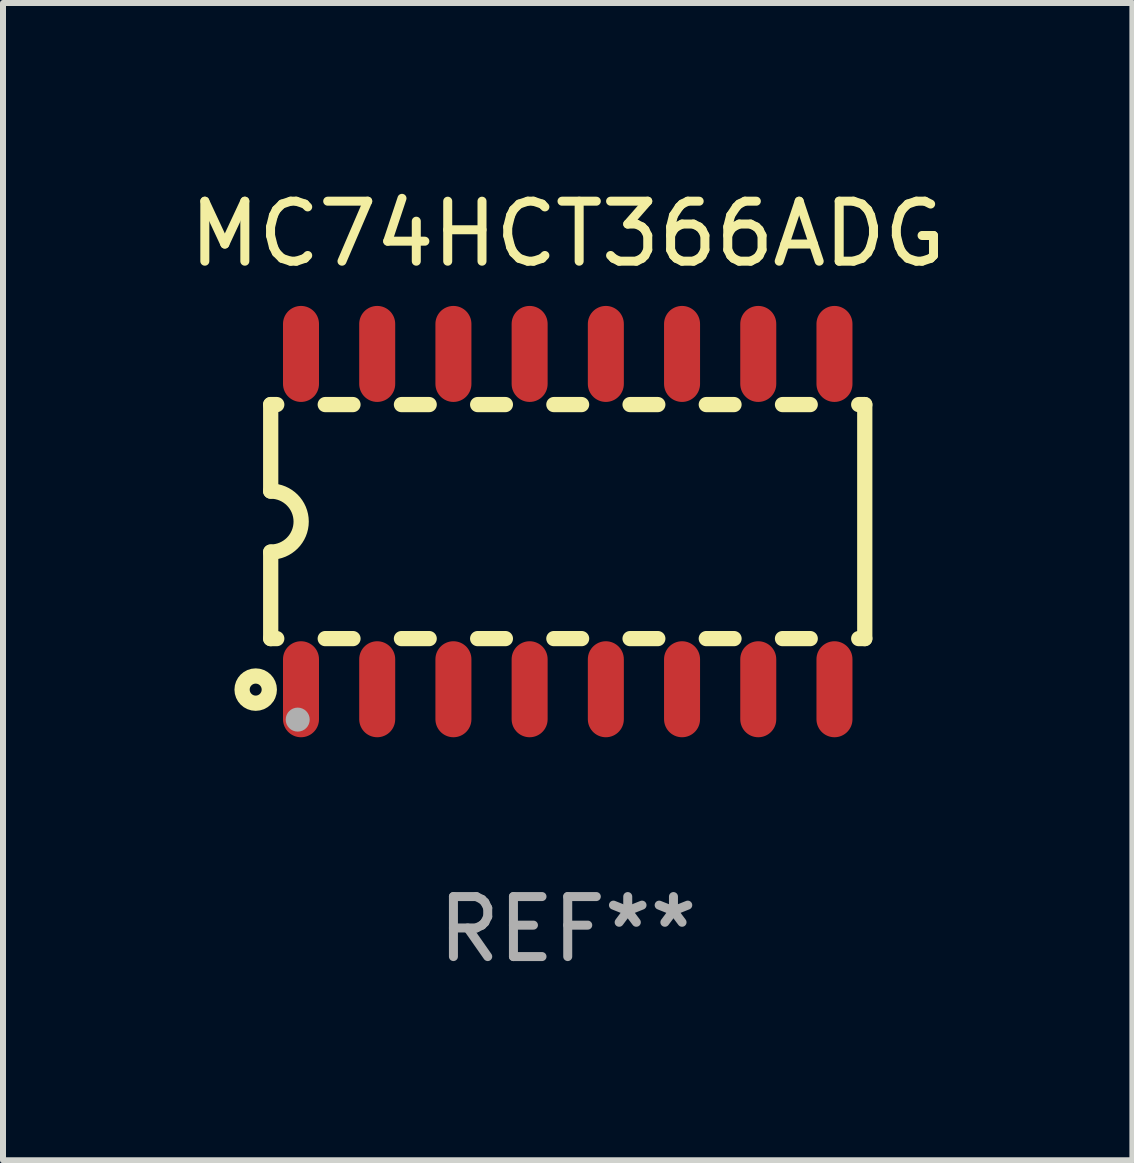
<source format=kicad_pcb>
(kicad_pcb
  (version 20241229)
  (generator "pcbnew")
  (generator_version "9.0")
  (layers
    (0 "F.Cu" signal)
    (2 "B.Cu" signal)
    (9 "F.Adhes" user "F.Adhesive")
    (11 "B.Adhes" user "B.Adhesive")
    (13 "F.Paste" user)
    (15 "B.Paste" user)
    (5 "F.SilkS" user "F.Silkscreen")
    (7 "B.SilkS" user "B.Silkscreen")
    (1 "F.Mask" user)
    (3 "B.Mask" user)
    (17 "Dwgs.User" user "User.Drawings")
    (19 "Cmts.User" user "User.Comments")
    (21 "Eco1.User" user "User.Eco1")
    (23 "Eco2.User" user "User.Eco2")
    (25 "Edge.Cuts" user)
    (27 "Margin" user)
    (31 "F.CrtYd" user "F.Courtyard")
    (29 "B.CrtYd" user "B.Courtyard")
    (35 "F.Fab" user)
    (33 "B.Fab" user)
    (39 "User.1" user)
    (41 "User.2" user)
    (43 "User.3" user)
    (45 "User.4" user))
  (footprint "MC74HCT366ADG"
    (layer "F.Cu")
    (at 6.411 5.642)
    (property "Reference" "MC74HCT366ADG" (at 0 -4.794 0) (layer "F.SilkS") (effects (font (size 1 1) (thickness 0.15))))
    (attr through_hole)
    (fp_line (start -4.95 -1.95) (end -4.95 -0.508) (stroke (width 0.254) (type solid)) (layer "F.SilkS"))
    (fp_line (start -4.95 -1.95) (end -4.849 -1.95) (stroke (width 0.254) (type solid)) (layer "F.SilkS"))
    (fp_line (start -4.95 1.95) (end -4.95 0.508) (stroke (width 0.254) (type solid)) (layer "F.SilkS"))
    (fp_line (start -4.95 1.95) (end -4.849 1.95) (stroke (width 0.254) (type solid)) (layer "F.SilkS"))
    (fp_line (start -4.041 -1.95) (end -3.579 -1.95) (stroke (width 0.254) (type solid)) (layer "F.SilkS"))
    (fp_line (start -4.041 1.95) (end -3.579 1.95) (stroke (width 0.254) (type solid)) (layer "F.SilkS"))
    (fp_line (start -2.771 -1.95) (end -2.309 -1.95) (stroke (width 0.254) (type solid)) (layer "F.SilkS"))
    (fp_line (start -2.771 1.95) (end -2.309 1.95) (stroke (width 0.254) (type solid)) (layer "F.SilkS"))
    (fp_line (start -1.501 -1.95) (end -1.039 -1.95) (stroke (width 0.254) (type solid)) (layer "F.SilkS"))
    (fp_line (start -1.501 1.95) (end -1.039 1.95) (stroke (width 0.254) (type solid)) (layer "F.SilkS"))
    (fp_line (start -0.231 -1.95) (end 0.231 -1.95) (stroke (width 0.254) (type solid)) (layer "F.SilkS"))
    (fp_line (start -0.231 1.95) (end 0.231 1.95) (stroke (width 0.254) (type solid)) (layer "F.SilkS"))
    (fp_line (start 1.039 -1.95) (end 1.501 -1.95) (stroke (width 0.254) (type solid)) (layer "F.SilkS"))
    (fp_line (start 1.039 1.95) (end 1.501 1.95) (stroke (width 0.254) (type solid)) (layer "F.SilkS"))
    (fp_line (start 2.309 -1.95) (end 2.771 -1.95) (stroke (width 0.254) (type solid)) (layer "F.SilkS"))
    (fp_line (start 2.309 1.95) (end 2.771 1.95) (stroke (width 0.254) (type solid)) (layer "F.SilkS"))
    (fp_line (start 3.579 -1.95) (end 4.041 -1.95) (stroke (width 0.254) (type solid)) (layer "F.SilkS"))
    (fp_line (start 3.579 1.95) (end 4.041 1.95) (stroke (width 0.254) (type solid)) (layer "F.SilkS"))
    (fp_line (start 4.849 -1.95) (end 4.95 -1.95) (stroke (width 0.254) (type solid)) (layer "F.SilkS"))
    (fp_line (start 4.849 1.95) (end 4.95 1.95) (stroke (width 0.254) (type solid)) (layer "F.SilkS"))
    (fp_line (start 4.95 -1.95) (end 4.95 1.95) (stroke (width 0.254) (type solid)) (layer "F.SilkS"))
    (fp_arc (start -4.95047 -0.508001) (mid -4.442469 -0.000228) (end -4.950013 0.508001) (stroke (width 0.254001) (type solid)) (layer "F.SilkS"))
    (fp_circle (center -5.2 2.8) (end -5.1 2.8) (stroke (width 0.254) (type solid)) (fill no) (layer "F.SilkS"))
    (fp_circle (center -4.95 2.947) (end -4.92 2.947) (stroke (width 0.06) (type solid)) (fill no) (layer "F.SilkS"))
    (fp_circle (center -4.5 3.3) (end -4.4 3.3) (stroke (width 0.2) (type solid)) (fill no) (layer "F.Fab"))
    (fp_text user "REF**" (at 0 6.794 0) (layer "F.Fab") (effects (font (size 1 1) (thickness 0.15))))
    (pad "1" smd oval (at -4.445 2.794) (size 0.6 1.6) (layers "F.Cu" "F.Mask" "F.Paste"))
    (pad "2" smd oval (at -3.175 2.794) (size 0.6 1.6) (layers "F.Cu" "F.Mask" "F.Paste"))
    (pad "3" smd oval (at -1.905 2.794) (size 0.6 1.6) (layers "F.Cu" "F.Mask" "F.Paste"))
    (pad "4" smd oval (at -0.635 2.794) (size 0.6 1.6) (layers "F.Cu" "F.Mask" "F.Paste"))
    (pad "5" smd oval (at 0.635 2.794) (size 0.6 1.6) (layers "F.Cu" "F.Mask" "F.Paste"))
    (pad "6" smd oval (at 1.905 2.794) (size 0.6 1.6) (layers "F.Cu" "F.Mask" "F.Paste"))
    (pad "7" smd oval (at 3.175 2.794) (size 0.6 1.6) (layers "F.Cu" "F.Mask" "F.Paste"))
    (pad "8" smd oval (at 4.445 2.794) (size 0.6 1.6) (layers "F.Cu" "F.Mask" "F.Paste"))
    (pad "9" smd oval (at 4.445 -2.794) (size 0.6 1.6) (layers "F.Cu" "F.Mask" "F.Paste"))
    (pad "10" smd oval (at 3.175 -2.794) (size 0.6 1.6) (layers "F.Cu" "F.Mask" "F.Paste"))
    (pad "11" smd oval (at 1.905 -2.794) (size 0.6 1.6) (layers "F.Cu" "F.Mask" "F.Paste"))
    (pad "12" smd oval (at 0.635 -2.794) (size 0.6 1.6) (layers "F.Cu" "F.Mask" "F.Paste"))
    (pad "13" smd oval (at -0.635 -2.794) (size 0.6 1.6) (layers "F.Cu" "F.Mask" "F.Paste"))
    (pad "14" smd oval (at -1.905 -2.794) (size 0.6 1.6) (layers "F.Cu" "F.Mask" "F.Paste"))
    (pad "15" smd oval (at -3.175 -2.794) (size 0.6 1.6) (layers "F.Cu" "F.Mask" "F.Paste"))
    (pad "16" smd oval (at -4.445 -2.794) (size 0.6 1.6) (layers "F.Cu" "F.Mask" "F.Paste")))
  (gr_rect
    (start -3 -3)
    (end 15.821 16.285)
    (stroke (width 0.1) (type default))
    (fill no)
    (layer "Edge.Cuts")))
</source>
